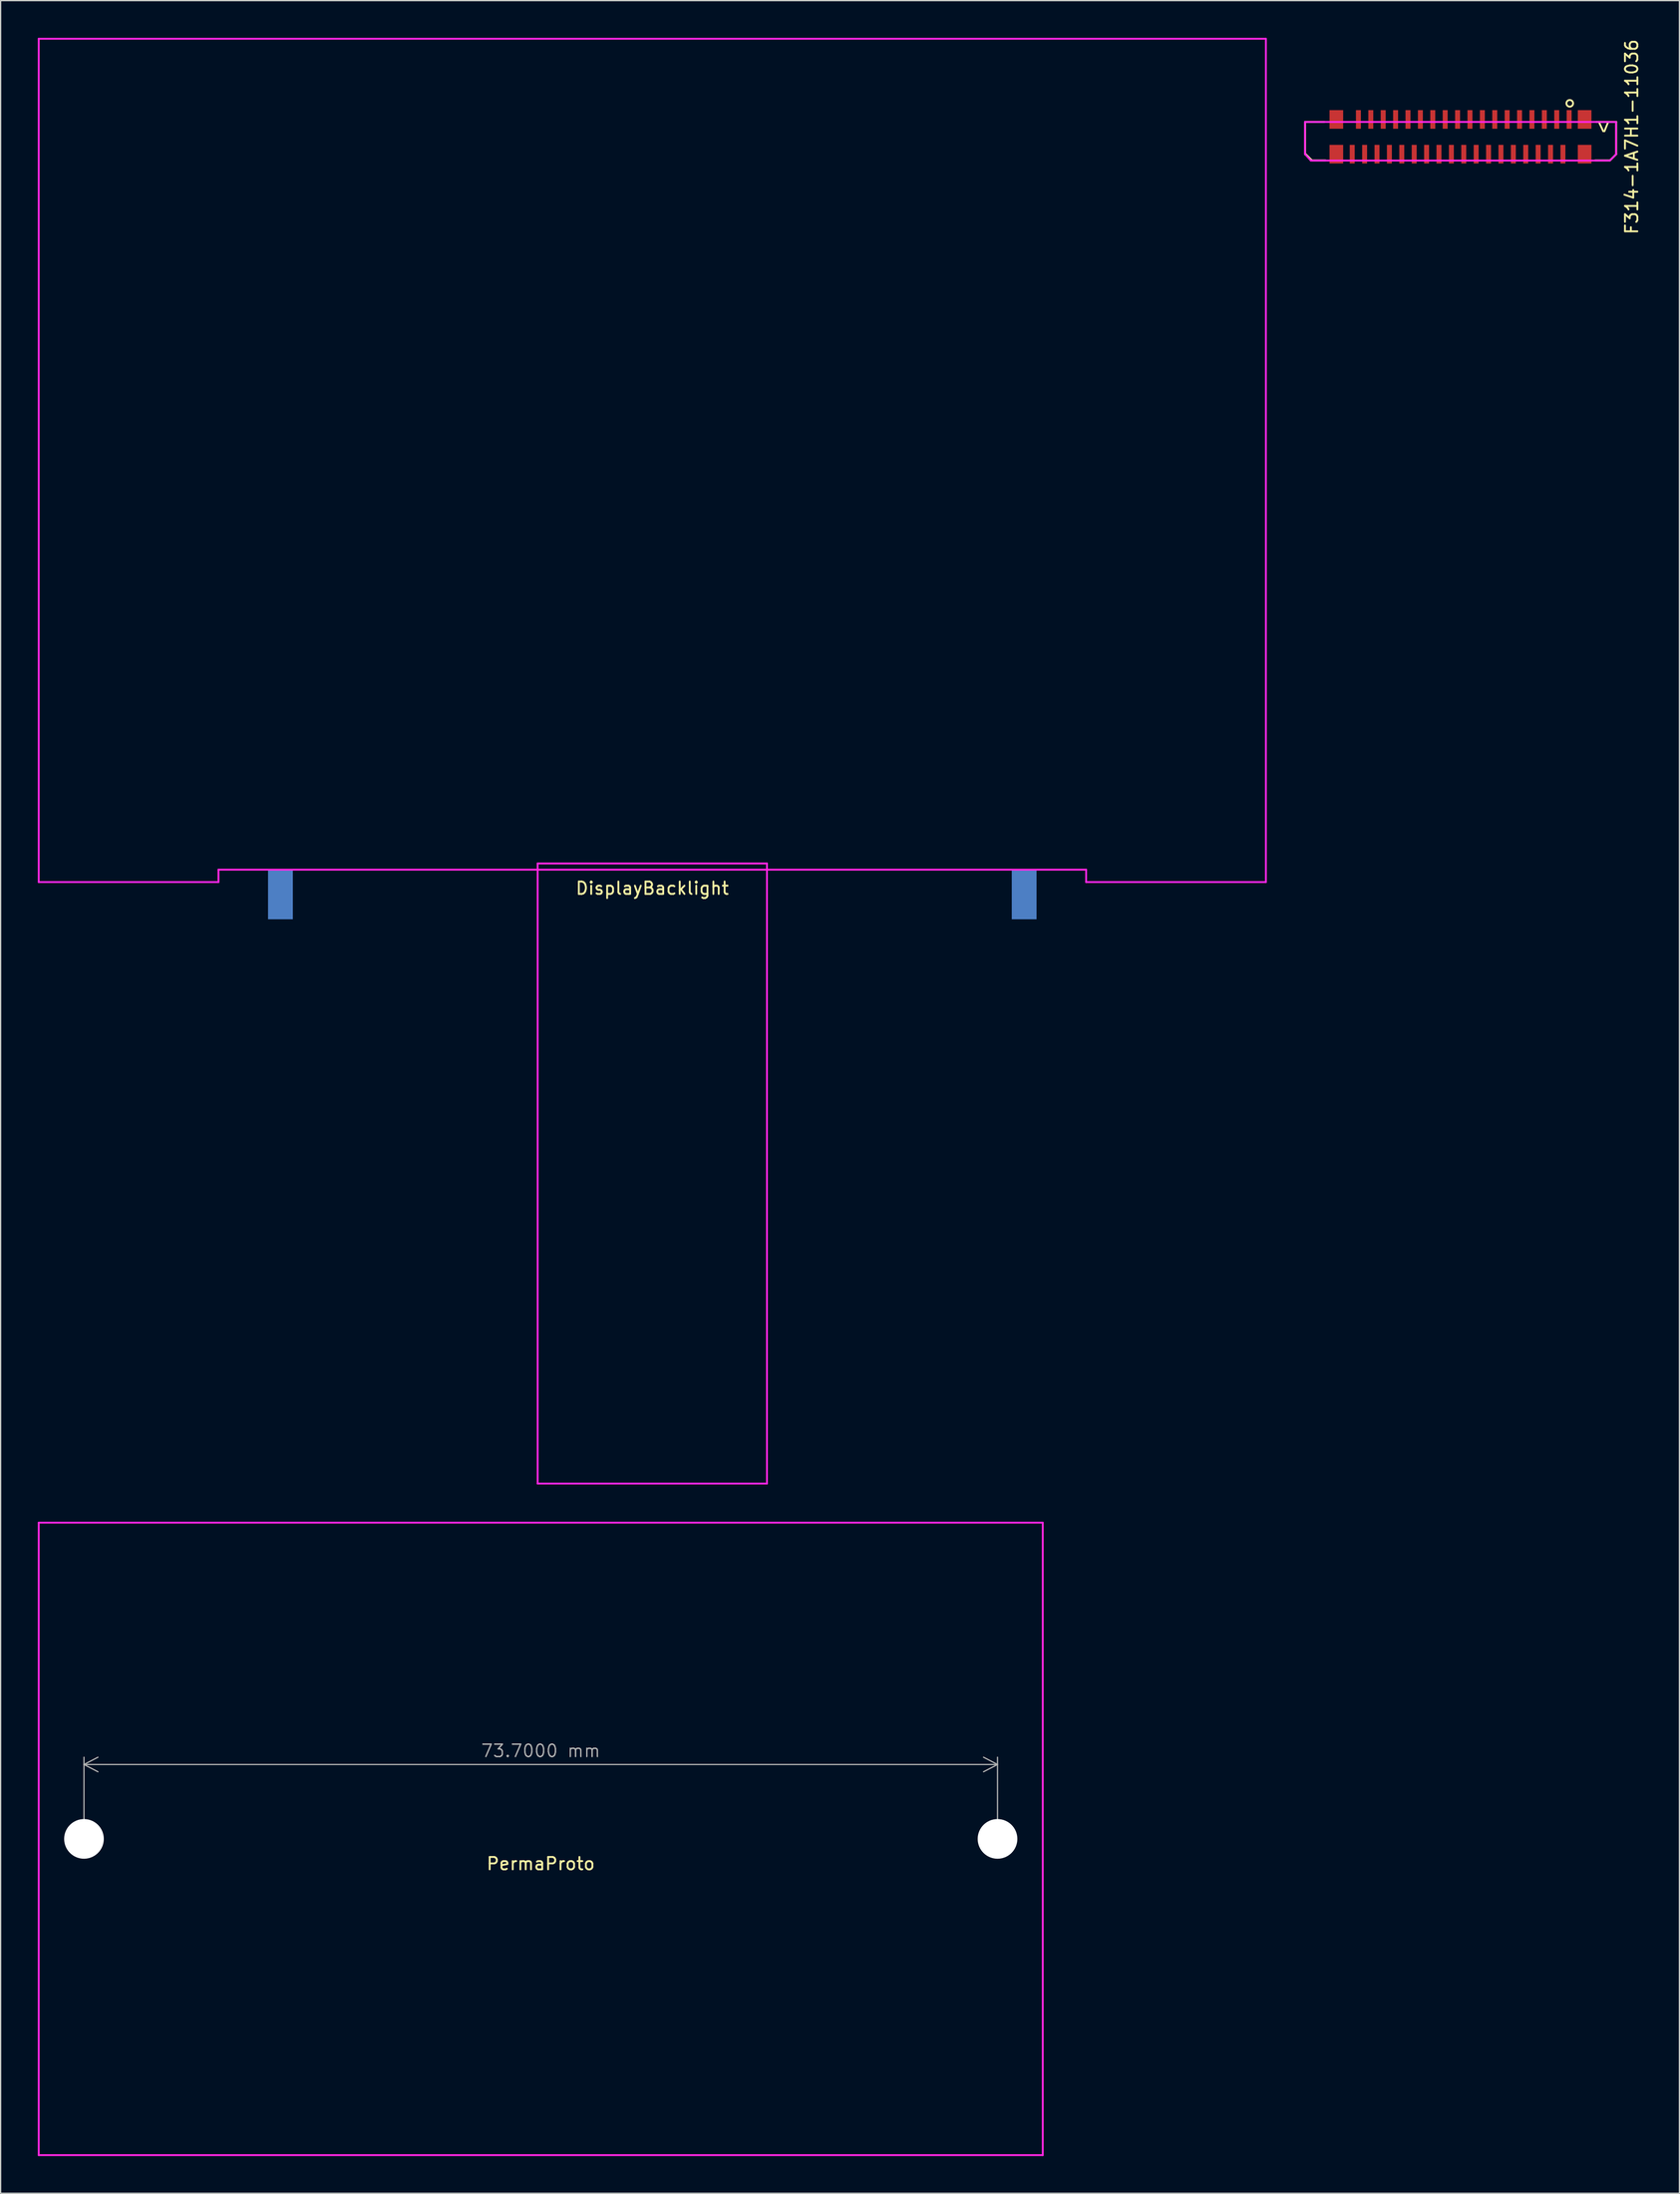
<source format=kicad_pcb>
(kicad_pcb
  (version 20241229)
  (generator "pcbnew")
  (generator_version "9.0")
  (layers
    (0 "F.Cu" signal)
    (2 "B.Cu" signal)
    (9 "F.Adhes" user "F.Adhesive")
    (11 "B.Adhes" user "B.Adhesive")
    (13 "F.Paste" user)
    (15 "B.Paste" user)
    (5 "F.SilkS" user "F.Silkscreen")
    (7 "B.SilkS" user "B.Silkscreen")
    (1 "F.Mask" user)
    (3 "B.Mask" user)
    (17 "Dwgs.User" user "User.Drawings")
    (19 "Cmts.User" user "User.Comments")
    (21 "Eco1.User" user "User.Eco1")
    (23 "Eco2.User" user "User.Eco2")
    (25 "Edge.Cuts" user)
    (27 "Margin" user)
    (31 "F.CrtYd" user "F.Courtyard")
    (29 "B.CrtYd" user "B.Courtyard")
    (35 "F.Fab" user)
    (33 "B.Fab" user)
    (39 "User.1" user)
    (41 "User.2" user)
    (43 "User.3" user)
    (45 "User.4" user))
  (footprint "DisplayBacklight"
    (layer "F.Cu")
    (at 49.575 68.075)
    (property "Reference" "DisplayBacklight" (at 0 0.5 0) (layer "F.SilkS") (effects (font (size 1 1) (thickness 0.15))))
    (attr through_hole)
    (fp_line (start -49.5 -68) (end 49.5 -68) (stroke (width 0.15) (type solid)) (layer "F.CrtYd"))
    (fp_line (start -49.5 0) (end -49.5 -68) (stroke (width 0.15) (type solid)) (layer "F.CrtYd"))
    (fp_line (start -35 -1) (end -35 0) (stroke (width 0.15) (type solid)) (layer "F.CrtYd"))
    (fp_line (start -35 -1) (end 35 -1) (stroke (width 0.15) (type solid)) (layer "F.CrtYd"))
    (fp_line (start -35 0) (end -49.5 0) (stroke (width 0.15) (type solid)) (layer "F.CrtYd"))
    (fp_line (start -9.25 -1.5) (end -9.25 48.5) (stroke (width 0.15) (type solid)) (layer "F.CrtYd"))
    (fp_line (start -9.25 48.5) (end 9.25 48.5) (stroke (width 0.15) (type solid)) (layer "F.CrtYd"))
    (fp_line (start 9.25 -1.5) (end -9.25 -1.5) (stroke (width 0.15) (type solid)) (layer "F.CrtYd"))
    (fp_line (start 9.25 -1.5) (end 9.25 48.5) (stroke (width 0.15) (type solid)) (layer "F.CrtYd"))
    (fp_line (start 35 -1) (end 35 0) (stroke (width 0.15) (type solid)) (layer "F.CrtYd"))
    (fp_line (start 35 0) (end 49.5 0) (stroke (width 0.15) (type solid)) (layer "F.CrtYd"))
    (fp_line (start 49.5 -68) (end 49.5 0) (stroke (width 0.15) (type solid)) (layer "F.CrtYd"))
    (pad "A" smd rect (at -30 1) (size 2 4) (layers "B.Cu" "B.Mask" "B.Paste"))
    (pad "K" smd rect (at 30 1) (size 2 4) (layers "B.Cu" "B.Mask" "B.Paste")))
  (footprint "PermaProto"
    (layer "F.Cu")
    (at 40.575 145.225)
    (property "Reference" "PermaProto" (at 0 2 0) (layer "F.SilkS") (effects (font (size 1 1) (thickness 0.15))))
    (attr through_hole)
    (fp_line (start -40.5 -25.5) (end 40.5 -25.5) (stroke (width 0.15) (type solid)) (layer "F.CrtYd"))
    (fp_line (start -40.5 25.5) (end -40.5 -25.5) (stroke (width 0.15) (type solid)) (layer "F.CrtYd"))
    (fp_line (start -40.5 25.5) (end 40.5 25.5) (stroke (width 0.15) (type solid)) (layer "F.CrtYd"))
    (fp_line (start 40.5 -25.5) (end 40.5 25.5) (stroke (width 0.15) (type solid)) (layer "F.CrtYd"))
    (dimension (type aligned) (layer "F.Fab") (pts (xy 3.725 145.225) (xy 77.425 145.225)) (height -6) (format (prefix "") (suffix "") (units 3) (units_format 1) (precision 4)) (style (thickness 0.1) (arrow_length 1.27) (text_position_mode 0) (arrow_direction outward) (extension_height 0.586) (extension_offset 0.5) (keep_text_aligned yes)) (gr_text "73.7000 mm" (at 40.575 138.125 0) (layer "F.Fab") (effects (font (size 1 1) (thickness 0.1)))))
    (pad "" np_thru_hole circle (at -36.85 0) (size 3.2 3.2) (drill 3.2) (layers "*.Cu" "*.Mask"))
    (pad "" np_thru_hole circle (at 36.85 0) (size 3.2 3.2) (drill 3.2) (layers "*.Cu" "*.Mask")))
  (footprint "F314-1A7H1-11036"
    (layer "F.Cu")
    (at 124.24 7.982)
    (property "Reference" "F314-1A7H1-11036" (at 4.35 0 90) (layer "F.SilkS") (effects (font (size 1 1) (thickness 0.15))))
    (attr through_hole)
    (fp_line (start -22 -1.2) (end -22 1.35) (stroke (width 0.15) (type solid)) (layer "F.SilkS"))
    (fp_line (start -22 1.35) (end -21.45 1.9) (stroke (width 0.15) (type solid)) (layer "F.SilkS"))
    (fp_line (start -21.45 1.9) (end -20.35 1.9) (stroke (width 0.15) (type solid)) (layer "F.SilkS"))
    (fp_line (start -20.45 -1.2) (end -22 -1.2) (stroke (width 0.15) (type solid)) (layer "F.SilkS"))
    (fp_line (start 1.5 -1.2) (end 3.1 -1.2) (stroke (width 0.15) (type solid)) (layer "F.SilkS"))
    (fp_line (start 2.05 -0.45) (end 1.7 -1.2) (stroke (width 0.15) (type solid)) (layer "F.SilkS"))
    (fp_line (start 2.45 -1.2) (end 2.15 -0.45) (stroke (width 0.15) (type solid)) (layer "F.SilkS"))
    (fp_line (start 2.6 1.9) (end 1.4 1.9) (stroke (width 0.15) (type solid)) (layer "F.SilkS"))
    (fp_line (start 3.1 -1.2) (end 3.1 1.4) (stroke (width 0.15) (type solid)) (layer "F.SilkS"))
    (fp_line (start 3.1 1.4) (end 2.6 1.9) (stroke (width 0.15) (type solid)) (layer "F.SilkS"))
    (fp_circle (center -0.65 -2.7) (end -0.4 -2.8) (stroke (width 0.15) (type solid)) (fill no) (layer "F.SilkS"))
    (fp_line (start -22.015 -1.2) (end 3.085 -1.2) (stroke (width 0.15) (type solid)) (layer "F.CrtYd"))
    (fp_line (start -22.015 -1.175) (end -22.015 1.415) (stroke (width 0.15) (type solid)) (layer "F.CrtYd"))
    (fp_line (start -22 1.4) (end -21.55 1.9) (stroke (width 0.15) (type solid)) (layer "F.CrtYd"))
    (fp_line (start -21.55 1.915) (end 2.585 1.915) (stroke (width 0.15) (type solid)) (layer "F.CrtYd"))
    (fp_line (start 3.085 -1.175) (end 3.085 1.415) (stroke (width 0.15) (type solid)) (layer "F.CrtYd"))
    (fp_line (start 3.1 1.4) (end 2.6 1.9) (stroke (width 0.15) (type solid)) (layer "F.CrtYd"))
    (pad "1" smd rect (at -0.7 -1.4) (size 0.4 1.5) (layers "F.Cu" "F.Mask" "F.Paste"))
    (pad "2" smd rect (at -1.2 1.4) (size 0.4 1.5) (layers "F.Cu" "F.Mask" "F.Paste"))
    (pad "3" smd rect (at -1.7 -1.4) (size 0.4 1.5) (layers "F.Cu" "F.Mask" "F.Paste"))
    (pad "4" smd rect (at -2.2 1.4) (size 0.4 1.5) (layers "F.Cu" "F.Mask" "F.Paste"))
    (pad "5" smd rect (at -2.7 -1.4) (size 0.4 1.5) (layers "F.Cu" "F.Mask" "F.Paste"))
    (pad "6" smd rect (at -3.2 1.4) (size 0.4 1.5) (layers "F.Cu" "F.Mask" "F.Paste"))
    (pad "7" smd rect (at -3.7 -1.4) (size 0.4 1.5) (layers "F.Cu" "F.Mask" "F.Paste"))
    (pad "8" smd rect (at -4.2 1.4) (size 0.4 1.5) (layers "F.Cu" "F.Mask" "F.Paste"))
    (pad "9" smd rect (at -4.7 -1.4) (size 0.4 1.5) (layers "F.Cu" "F.Mask" "F.Paste"))
    (pad "10" smd rect (at -5.2 1.4) (size 0.4 1.5) (layers "F.Cu" "F.Mask" "F.Paste"))
    (pad "11" smd rect (at -5.7 -1.4) (size 0.4 1.5) (layers "F.Cu" "F.Mask" "F.Paste"))
    (pad "12" smd rect (at -6.2 1.4) (size 0.4 1.5) (layers "F.Cu" "F.Mask" "F.Paste"))
    (pad "13" smd rect (at -6.7 -1.4) (size 0.4 1.5) (layers "F.Cu" "F.Mask" "F.Paste"))
    (pad "14" smd rect (at -7.2 1.4) (size 0.4 1.5) (layers "F.Cu" "F.Mask" "F.Paste"))
    (pad "15" smd rect (at -7.7 -1.4) (size 0.4 1.5) (layers "F.Cu" "F.Mask" "F.Paste"))
    (pad "16" smd rect (at -8.2 1.4) (size 0.4 1.5) (layers "F.Cu" "F.Mask" "F.Paste"))
    (pad "17" smd rect (at -8.7 -1.4) (size 0.4 1.5) (layers "F.Cu" "F.Mask" "F.Paste"))
    (pad "18" smd rect (at -9.2 1.4) (size 0.4 1.5) (layers "F.Cu" "F.Mask" "F.Paste"))
    (pad "19" smd rect (at -9.7 -1.4) (size 0.4 1.5) (layers "F.Cu" "F.Mask" "F.Paste"))
    (pad "20" smd rect (at -10.2 1.4) (size 0.4 1.5) (layers "F.Cu" "F.Mask" "F.Paste"))
    (pad "21" smd rect (at -10.7 -1.4) (size 0.4 1.5) (layers "F.Cu" "F.Mask" "F.Paste"))
    (pad "22" smd rect (at -11.2 1.4) (size 0.4 1.5) (layers "F.Cu" "F.Mask" "F.Paste"))
    (pad "23" smd rect (at -11.7 -1.4) (size 0.4 1.5) (layers "F.Cu" "F.Mask" "F.Paste"))
    (pad "24" smd rect (at -12.2 1.4) (size 0.4 1.5) (layers "F.Cu" "F.Mask" "F.Paste"))
    (pad "25" smd rect (at -12.7 -1.4) (size 0.4 1.5) (layers "F.Cu" "F.Mask" "F.Paste"))
    (pad "26" smd rect (at -13.2 1.4) (size 0.4 1.5) (layers "F.Cu" "F.Mask" "F.Paste"))
    (pad "27" smd rect (at -13.7 -1.4) (size 0.4 1.5) (layers "F.Cu" "F.Mask" "F.Paste"))
    (pad "28" smd rect (at -14.2 1.4) (size 0.4 1.5) (layers "F.Cu" "F.Mask" "F.Paste"))
    (pad "29" smd rect (at -14.7 -1.4) (size 0.4 1.5) (layers "F.Cu" "F.Mask" "F.Paste"))
    (pad "30" smd rect (at -15.2 1.4) (size 0.4 1.5) (layers "F.Cu" "F.Mask" "F.Paste"))
    (pad "31" smd rect (at -15.7 -1.4) (size 0.4 1.5) (layers "F.Cu" "F.Mask" "F.Paste"))
    (pad "32" smd rect (at -16.2 1.4) (size 0.4 1.5) (layers "F.Cu" "F.Mask" "F.Paste"))
    (pad "33" smd rect (at -16.7 -1.4) (size 0.4 1.5) (layers "F.Cu" "F.Mask" "F.Paste"))
    (pad "34" smd rect (at -17.2 1.4) (size 0.4 1.5) (layers "F.Cu" "F.Mask" "F.Paste"))
    (pad "35" smd rect (at -17.7 -1.4) (size 0.4 1.5) (layers "F.Cu" "F.Mask" "F.Paste"))
    (pad "36" smd rect (at -18.2 1.4) (size 0.4 1.5) (layers "F.Cu" "F.Mask" "F.Paste"))
    (pad "M" smd rect (at -19.48 -1.4) (size 1.1 1.5) (layers "F.Cu" "F.Mask" "F.Paste"))
    (pad "M" smd rect (at -19.48 1.4) (size 1.1 1.5) (layers "F.Cu" "F.Mask" "F.Paste"))
    (pad "M" smd rect (at 0.55 -1.4) (size 1.1 1.5) (layers "F.Cu" "F.Mask" "F.Paste"))
    (pad "M" smd rect (at 0.55 1.4) (size 1.1 1.5) (layers "F.Cu" "F.Mask" "F.Paste")))
  (gr_rect
    (start -3 -3)
    (end 132.438 173.8)
    (stroke (width 0.1) (type default))
    (fill no)
    (layer "Edge.Cuts")))
</source>
